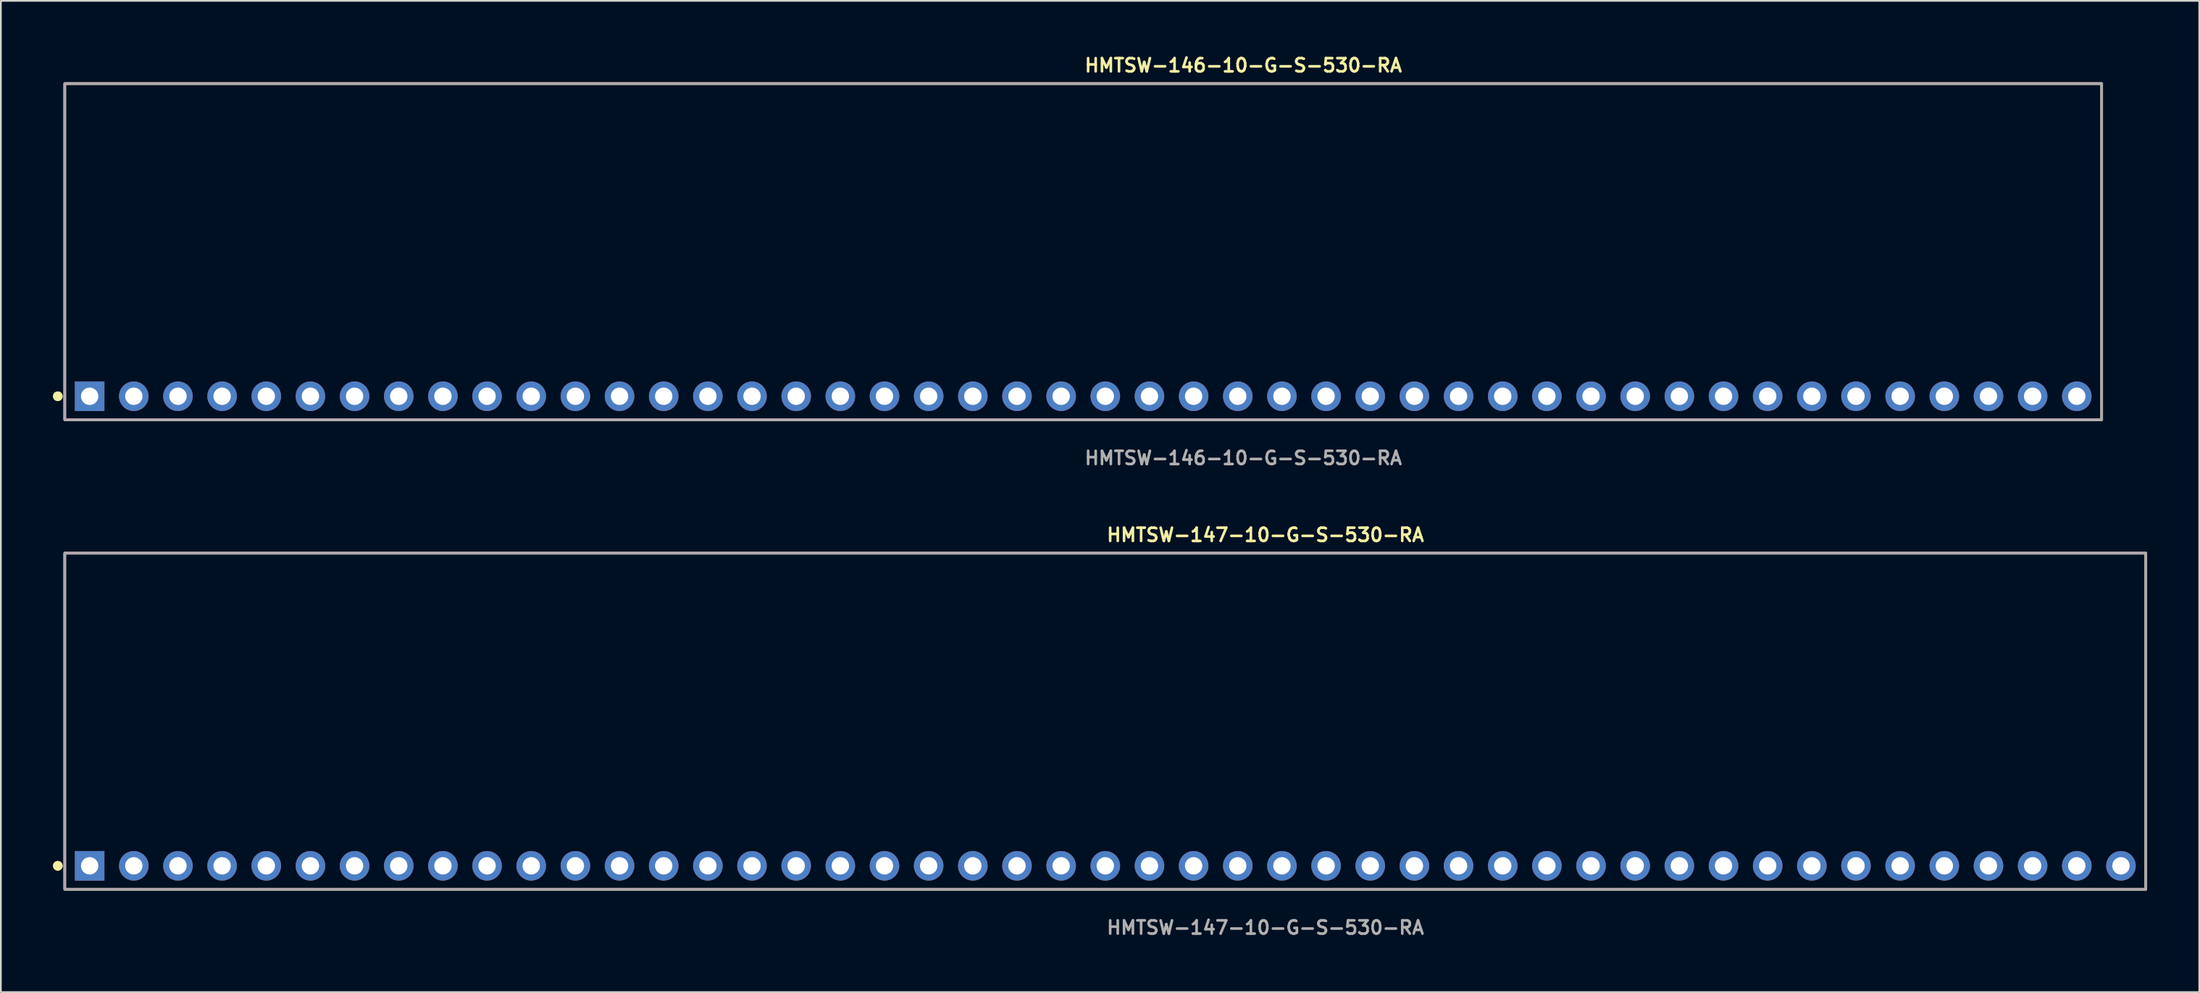
<source format=kicad_pcb>
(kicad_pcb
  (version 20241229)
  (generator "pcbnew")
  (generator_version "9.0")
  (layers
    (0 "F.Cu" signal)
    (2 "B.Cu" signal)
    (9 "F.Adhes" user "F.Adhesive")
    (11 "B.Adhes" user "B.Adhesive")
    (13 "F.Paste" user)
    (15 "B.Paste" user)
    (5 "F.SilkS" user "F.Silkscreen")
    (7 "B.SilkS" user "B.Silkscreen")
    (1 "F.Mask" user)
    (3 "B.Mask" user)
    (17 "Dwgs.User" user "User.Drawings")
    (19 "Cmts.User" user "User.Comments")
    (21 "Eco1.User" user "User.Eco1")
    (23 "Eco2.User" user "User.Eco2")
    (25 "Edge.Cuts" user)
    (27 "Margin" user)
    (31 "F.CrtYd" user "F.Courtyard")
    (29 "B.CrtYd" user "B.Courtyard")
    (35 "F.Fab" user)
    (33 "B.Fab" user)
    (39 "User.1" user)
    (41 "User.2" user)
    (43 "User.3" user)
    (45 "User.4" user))
  (footprint "HMTSW-146-10-G-S-530-RA"
    (layer "F.Cu")
    (at 59.256 19.763)
    (property "Reference" "HMTSW-146-10-G-S-530-RA" (at 0 -19.05 0) (unlocked yes) (layer "F.SilkS") (effects (font (size 0.762 0.762) (thickness 0.152)) (justify left)))
    (fp_rect (start -58.58 1.35) (end 58.58 -18) (stroke (width 0.152) (type solid)) (fill no) (layer "F.SilkS"))
    (fp_circle (center -58.98 0) (end -59.18 0) (stroke (width 0.152) (type solid)) (fill yes) (layer "F.SilkS"))
    (fp_circle (center -58.98 0) (end -59.18 0) (stroke (width 0.152) (type solid)) (fill yes) (layer "F.SilkS"))
    (fp_rect (start -58.58 1.35) (end 58.58 -18) (stroke (width 0.006) (type solid)) (fill no) (layer "F.CrtYd"))
    (fp_rect (start -58.58 1.35) (end 58.58 -18) (stroke (width 0.152) (type solid)) (fill no) (layer "F.Fab"))
    (fp_text user "${REFERENCE}" (at 0 3.556 0) (unlocked yes) (layer "F.Fab") (effects (font (size 0.762 0.762) (thickness 0.152)) (justify left)))
    (pad "1" thru_hole rect (at -57.15 0) (size 1.7 1.7) (drill 1) (layers "*.Cu" "*.Mask"))
    (pad "2" thru_hole circle (at -54.61 0) (size 1.7 1.7) (drill 1) (layers "*.Cu" "*.Mask"))
    (pad "3" thru_hole circle (at -52.07 0) (size 1.7 1.7) (drill 1) (layers "*.Cu" "*.Mask"))
    (pad "4" thru_hole circle (at -49.53 0) (size 1.7 1.7) (drill 1) (layers "*.Cu" "*.Mask"))
    (pad "5" thru_hole circle (at -46.99 0) (size 1.7 1.7) (drill 1) (layers "*.Cu" "*.Mask"))
    (pad "6" thru_hole circle (at -44.45 0) (size 1.7 1.7) (drill 1) (layers "*.Cu" "*.Mask"))
    (pad "7" thru_hole circle (at -41.91 0) (size 1.7 1.7) (drill 1) (layers "*.Cu" "*.Mask"))
    (pad "8" thru_hole circle (at -39.37 0) (size 1.7 1.7) (drill 1) (layers "*.Cu" "*.Mask"))
    (pad "9" thru_hole circle (at -36.83 0) (size 1.7 1.7) (drill 1) (layers "*.Cu" "*.Mask"))
    (pad "10" thru_hole circle (at -34.29 0) (size 1.7 1.7) (drill 1) (layers "*.Cu" "*.Mask"))
    (pad "11" thru_hole circle (at -31.75 0) (size 1.7 1.7) (drill 1) (layers "*.Cu" "*.Mask"))
    (pad "12" thru_hole circle (at -29.21 0) (size 1.7 1.7) (drill 1) (layers "*.Cu" "*.Mask"))
    (pad "13" thru_hole circle (at -26.67 0) (size 1.7 1.7) (drill 1) (layers "*.Cu" "*.Mask"))
    (pad "14" thru_hole circle (at -24.13 0) (size 1.7 1.7) (drill 1) (layers "*.Cu" "*.Mask"))
    (pad "15" thru_hole circle (at -21.59 0) (size 1.7 1.7) (drill 1) (layers "*.Cu" "*.Mask"))
    (pad "16" thru_hole circle (at -19.05 0) (size 1.7 1.7) (drill 1) (layers "*.Cu" "*.Mask"))
    (pad "17" thru_hole circle (at -16.51 0) (size 1.7 1.7) (drill 1) (layers "*.Cu" "*.Mask"))
    (pad "18" thru_hole circle (at -13.97 0) (size 1.7 1.7) (drill 1) (layers "*.Cu" "*.Mask"))
    (pad "19" thru_hole circle (at -11.43 0) (size 1.7 1.7) (drill 1) (layers "*.Cu" "*.Mask"))
    (pad "20" thru_hole circle (at -8.89 0) (size 1.7 1.7) (drill 1) (layers "*.Cu" "*.Mask"))
    (pad "21" thru_hole circle (at -6.35 0) (size 1.7 1.7) (drill 1) (layers "*.Cu" "*.Mask"))
    (pad "22" thru_hole circle (at -3.81 0) (size 1.7 1.7) (drill 1) (layers "*.Cu" "*.Mask"))
    (pad "23" thru_hole circle (at -1.27 0) (size 1.7 1.7) (drill 1) (layers "*.Cu" "*.Mask"))
    (pad "24" thru_hole circle (at 1.27 0) (size 1.7 1.7) (drill 1) (layers "*.Cu" "*.Mask"))
    (pad "25" thru_hole circle (at 3.81 0) (size 1.7 1.7) (drill 1) (layers "*.Cu" "*.Mask"))
    (pad "26" thru_hole circle (at 6.35 0) (size 1.7 1.7) (drill 1) (layers "*.Cu" "*.Mask"))
    (pad "27" thru_hole circle (at 8.89 0) (size 1.7 1.7) (drill 1) (layers "*.Cu" "*.Mask"))
    (pad "28" thru_hole circle (at 11.43 0) (size 1.7 1.7) (drill 1) (layers "*.Cu" "*.Mask"))
    (pad "29" thru_hole circle (at 13.97 0) (size 1.7 1.7) (drill 1) (layers "*.Cu" "*.Mask"))
    (pad "30" thru_hole circle (at 16.51 0) (size 1.7 1.7) (drill 1) (layers "*.Cu" "*.Mask"))
    (pad "31" thru_hole circle (at 19.05 0) (size 1.7 1.7) (drill 1) (layers "*.Cu" "*.Mask"))
    (pad "32" thru_hole circle (at 21.59 0) (size 1.7 1.7) (drill 1) (layers "*.Cu" "*.Mask"))
    (pad "33" thru_hole circle (at 24.13 0) (size 1.7 1.7) (drill 1) (layers "*.Cu" "*.Mask"))
    (pad "34" thru_hole circle (at 26.67 0) (size 1.7 1.7) (drill 1) (layers "*.Cu" "*.Mask"))
    (pad "35" thru_hole circle (at 29.21 0) (size 1.7 1.7) (drill 1) (layers "*.Cu" "*.Mask"))
    (pad "36" thru_hole circle (at 31.75 0) (size 1.7 1.7) (drill 1) (layers "*.Cu" "*.Mask"))
    (pad "37" thru_hole circle (at 34.29 0) (size 1.7 1.7) (drill 1) (layers "*.Cu" "*.Mask"))
    (pad "38" thru_hole circle (at 36.83 0) (size 1.7 1.7) (drill 1) (layers "*.Cu" "*.Mask"))
    (pad "39" thru_hole circle (at 39.37 0) (size 1.7 1.7) (drill 1) (layers "*.Cu" "*.Mask"))
    (pad "40" thru_hole circle (at 41.91 0) (size 1.7 1.7) (drill 1) (layers "*.Cu" "*.Mask"))
    (pad "41" thru_hole circle (at 44.45 0) (size 1.7 1.7) (drill 1) (layers "*.Cu" "*.Mask"))
    (pad "42" thru_hole circle (at 46.99 0) (size 1.7 1.7) (drill 1) (layers "*.Cu" "*.Mask"))
    (pad "43" thru_hole circle (at 49.53 0) (size 1.7 1.7) (drill 1) (layers "*.Cu" "*.Mask"))
    (pad "44" thru_hole circle (at 52.07 0) (size 1.7 1.7) (drill 1) (layers "*.Cu" "*.Mask"))
    (pad "45" thru_hole circle (at 54.61 0) (size 1.7 1.7) (drill 1) (layers "*.Cu" "*.Mask"))
    (pad "46" thru_hole circle (at 57.15 0) (size 1.7 1.7) (drill 1) (layers "*.Cu" "*.Mask")))
  (footprint "HMTSW-147-10-G-S-530-RA"
    (layer "F.Cu")
    (at 60.526 46.796)
    (property "Reference" "HMTSW-147-10-G-S-530-RA" (at 0 -19.05 0) (unlocked yes) (layer "F.SilkS") (effects (font (size 0.762 0.762) (thickness 0.152)) (justify left)))
    (fp_rect (start -59.85 1.35) (end 59.85 -18) (stroke (width 0.152) (type solid)) (fill no) (layer "F.SilkS"))
    (fp_circle (center -60.25 0) (end -60.45 0) (stroke (width 0.152) (type solid)) (fill yes) (layer "F.SilkS"))
    (fp_circle (center -60.25 0) (end -60.45 0) (stroke (width 0.152) (type solid)) (fill yes) (layer "F.SilkS"))
    (fp_rect (start -59.85 1.35) (end 59.85 -18) (stroke (width 0.006) (type solid)) (fill no) (layer "F.CrtYd"))
    (fp_rect (start -59.85 1.35) (end 59.85 -18) (stroke (width 0.152) (type solid)) (fill no) (layer "F.Fab"))
    (fp_text user "${REFERENCE}" (at 0 3.556 0) (unlocked yes) (layer "F.Fab") (effects (font (size 0.762 0.762) (thickness 0.152)) (justify left)))
    (pad "1" thru_hole rect (at -58.42 0) (size 1.7 1.7) (drill 1) (layers "*.Cu" "*.Mask"))
    (pad "2" thru_hole circle (at -55.88 0) (size 1.7 1.7) (drill 1) (layers "*.Cu" "*.Mask"))
    (pad "3" thru_hole circle (at -53.34 0) (size 1.7 1.7) (drill 1) (layers "*.Cu" "*.Mask"))
    (pad "4" thru_hole circle (at -50.8 0) (size 1.7 1.7) (drill 1) (layers "*.Cu" "*.Mask"))
    (pad "5" thru_hole circle (at -48.26 0) (size 1.7 1.7) (drill 1) (layers "*.Cu" "*.Mask"))
    (pad "6" thru_hole circle (at -45.72 0) (size 1.7 1.7) (drill 1) (layers "*.Cu" "*.Mask"))
    (pad "7" thru_hole circle (at -43.18 0) (size 1.7 1.7) (drill 1) (layers "*.Cu" "*.Mask"))
    (pad "8" thru_hole circle (at -40.64 0) (size 1.7 1.7) (drill 1) (layers "*.Cu" "*.Mask"))
    (pad "9" thru_hole circle (at -38.1 0) (size 1.7 1.7) (drill 1) (layers "*.Cu" "*.Mask"))
    (pad "10" thru_hole circle (at -35.56 0) (size 1.7 1.7) (drill 1) (layers "*.Cu" "*.Mask"))
    (pad "11" thru_hole circle (at -33.02 0) (size 1.7 1.7) (drill 1) (layers "*.Cu" "*.Mask"))
    (pad "12" thru_hole circle (at -30.48 0) (size 1.7 1.7) (drill 1) (layers "*.Cu" "*.Mask"))
    (pad "13" thru_hole circle (at -27.94 0) (size 1.7 1.7) (drill 1) (layers "*.Cu" "*.Mask"))
    (pad "14" thru_hole circle (at -25.4 0) (size 1.7 1.7) (drill 1) (layers "*.Cu" "*.Mask"))
    (pad "15" thru_hole circle (at -22.86 0) (size 1.7 1.7) (drill 1) (layers "*.Cu" "*.Mask"))
    (pad "16" thru_hole circle (at -20.32 0) (size 1.7 1.7) (drill 1) (layers "*.Cu" "*.Mask"))
    (pad "17" thru_hole circle (at -17.78 0) (size 1.7 1.7) (drill 1) (layers "*.Cu" "*.Mask"))
    (pad "18" thru_hole circle (at -15.24 0) (size 1.7 1.7) (drill 1) (layers "*.Cu" "*.Mask"))
    (pad "19" thru_hole circle (at -12.7 0) (size 1.7 1.7) (drill 1) (layers "*.Cu" "*.Mask"))
    (pad "20" thru_hole circle (at -10.16 0) (size 1.7 1.7) (drill 1) (layers "*.Cu" "*.Mask"))
    (pad "21" thru_hole circle (at -7.62 0) (size 1.7 1.7) (drill 1) (layers "*.Cu" "*.Mask"))
    (pad "22" thru_hole circle (at -5.08 0) (size 1.7 1.7) (drill 1) (layers "*.Cu" "*.Mask"))
    (pad "23" thru_hole circle (at -2.54 0) (size 1.7 1.7) (drill 1) (layers "*.Cu" "*.Mask"))
    (pad "24" thru_hole circle (at 0 0) (size 1.7 1.7) (drill 1) (layers "*.Cu" "*.Mask"))
    (pad "25" thru_hole circle (at 2.54 0) (size 1.7 1.7) (drill 1) (layers "*.Cu" "*.Mask"))
    (pad "26" thru_hole circle (at 5.08 0) (size 1.7 1.7) (drill 1) (layers "*.Cu" "*.Mask"))
    (pad "27" thru_hole circle (at 7.62 0) (size 1.7 1.7) (drill 1) (layers "*.Cu" "*.Mask"))
    (pad "28" thru_hole circle (at 10.16 0) (size 1.7 1.7) (drill 1) (layers "*.Cu" "*.Mask"))
    (pad "29" thru_hole circle (at 12.7 0) (size 1.7 1.7) (drill 1) (layers "*.Cu" "*.Mask"))
    (pad "30" thru_hole circle (at 15.24 0) (size 1.7 1.7) (drill 1) (layers "*.Cu" "*.Mask"))
    (pad "31" thru_hole circle (at 17.78 0) (size 1.7 1.7) (drill 1) (layers "*.Cu" "*.Mask"))
    (pad "32" thru_hole circle (at 20.32 0) (size 1.7 1.7) (drill 1) (layers "*.Cu" "*.Mask"))
    (pad "33" thru_hole circle (at 22.86 0) (size 1.7 1.7) (drill 1) (layers "*.Cu" "*.Mask"))
    (pad "34" thru_hole circle (at 25.4 0) (size 1.7 1.7) (drill 1) (layers "*.Cu" "*.Mask"))
    (pad "35" thru_hole circle (at 27.94 0) (size 1.7 1.7) (drill 1) (layers "*.Cu" "*.Mask"))
    (pad "36" thru_hole circle (at 30.48 0) (size 1.7 1.7) (drill 1) (layers "*.Cu" "*.Mask"))
    (pad "37" thru_hole circle (at 33.02 0) (size 1.7 1.7) (drill 1) (layers "*.Cu" "*.Mask"))
    (pad "38" thru_hole circle (at 35.56 0) (size 1.7 1.7) (drill 1) (layers "*.Cu" "*.Mask"))
    (pad "39" thru_hole circle (at 38.1 0) (size 1.7 1.7) (drill 1) (layers "*.Cu" "*.Mask"))
    (pad "40" thru_hole circle (at 40.64 0) (size 1.7 1.7) (drill 1) (layers "*.Cu" "*.Mask"))
    (pad "41" thru_hole circle (at 43.18 0) (size 1.7 1.7) (drill 1) (layers "*.Cu" "*.Mask"))
    (pad "42" thru_hole circle (at 45.72 0) (size 1.7 1.7) (drill 1) (layers "*.Cu" "*.Mask"))
    (pad "43" thru_hole circle (at 48.26 0) (size 1.7 1.7) (drill 1) (layers "*.Cu" "*.Mask"))
    (pad "44" thru_hole circle (at 50.8 0) (size 1.7 1.7) (drill 1) (layers "*.Cu" "*.Mask"))
    (pad "45" thru_hole circle (at 53.34 0) (size 1.7 1.7) (drill 1) (layers "*.Cu" "*.Mask"))
    (pad "46" thru_hole circle (at 55.88 0) (size 1.7 1.7) (drill 1) (layers "*.Cu" "*.Mask"))
    (pad "47" thru_hole circle (at 58.42 0) (size 1.7 1.7) (drill 1) (layers "*.Cu" "*.Mask")))
  (gr_rect
    (start -3 -3)
    (end 123.452 54.065)
    (stroke (width 0.1) (type default))
    (fill no)
    (layer "Edge.Cuts")))
</source>
